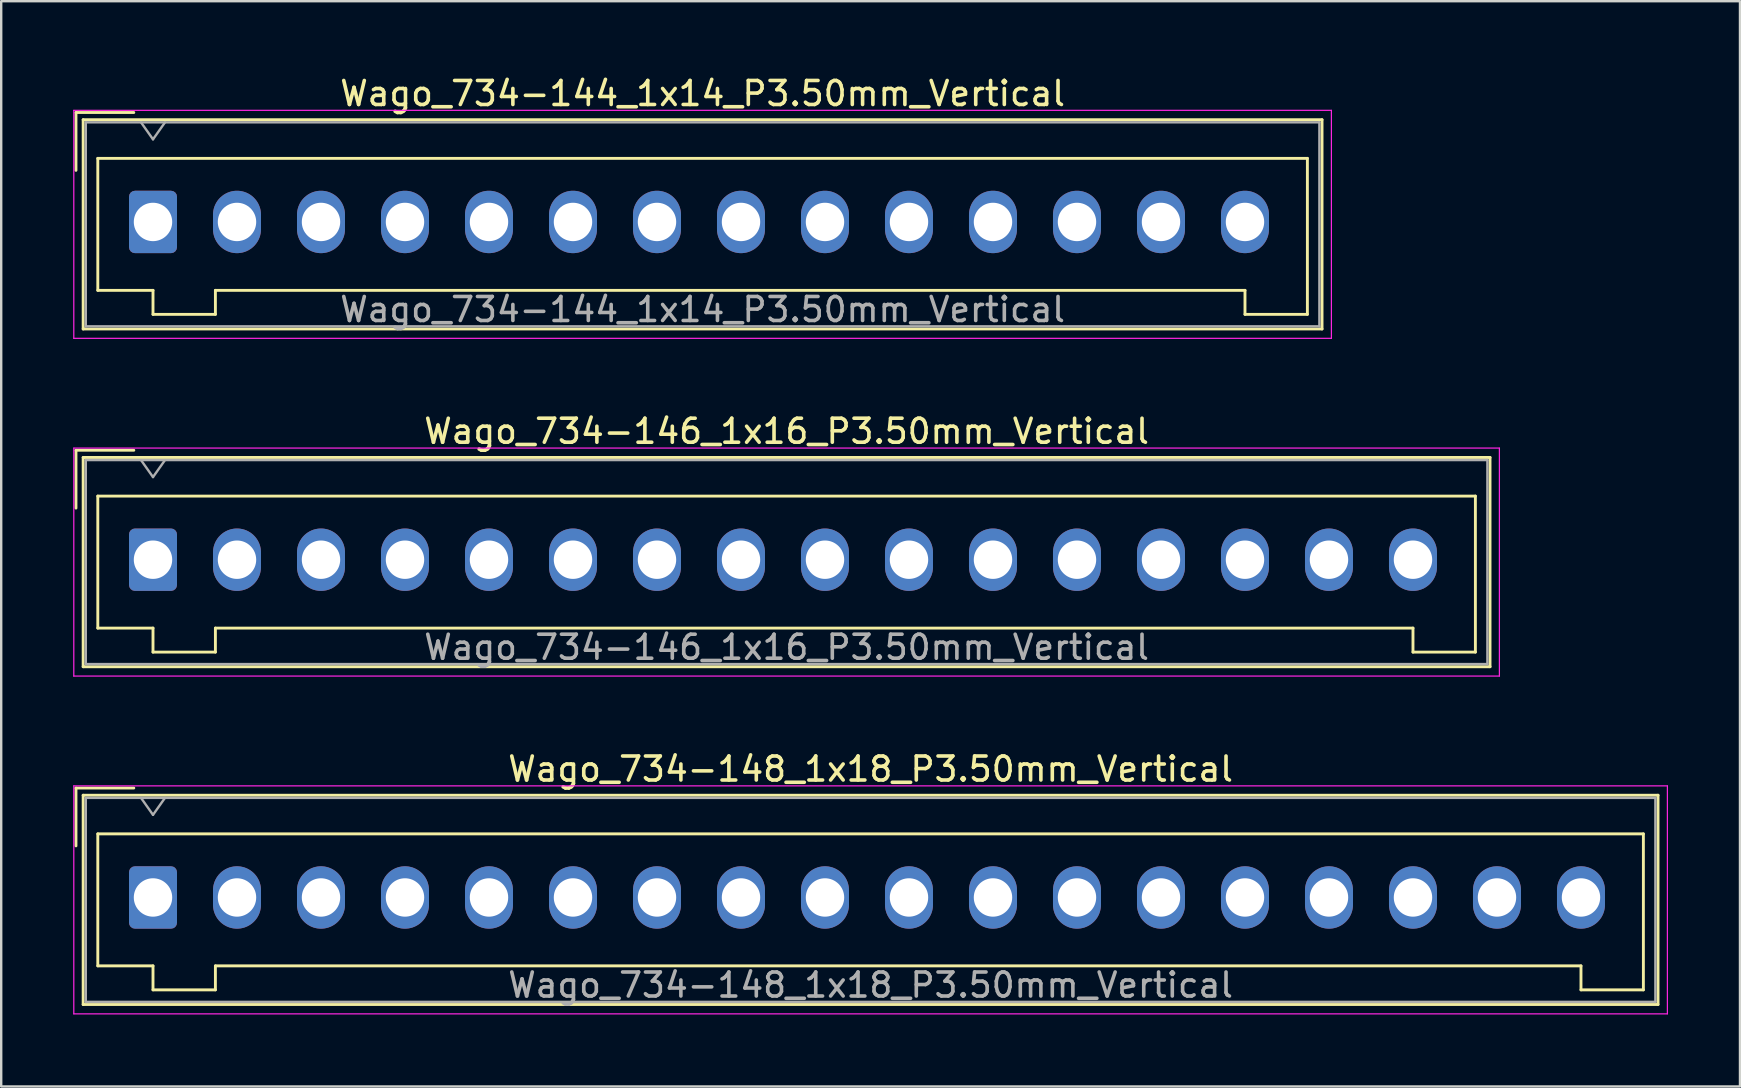
<source format=kicad_pcb>
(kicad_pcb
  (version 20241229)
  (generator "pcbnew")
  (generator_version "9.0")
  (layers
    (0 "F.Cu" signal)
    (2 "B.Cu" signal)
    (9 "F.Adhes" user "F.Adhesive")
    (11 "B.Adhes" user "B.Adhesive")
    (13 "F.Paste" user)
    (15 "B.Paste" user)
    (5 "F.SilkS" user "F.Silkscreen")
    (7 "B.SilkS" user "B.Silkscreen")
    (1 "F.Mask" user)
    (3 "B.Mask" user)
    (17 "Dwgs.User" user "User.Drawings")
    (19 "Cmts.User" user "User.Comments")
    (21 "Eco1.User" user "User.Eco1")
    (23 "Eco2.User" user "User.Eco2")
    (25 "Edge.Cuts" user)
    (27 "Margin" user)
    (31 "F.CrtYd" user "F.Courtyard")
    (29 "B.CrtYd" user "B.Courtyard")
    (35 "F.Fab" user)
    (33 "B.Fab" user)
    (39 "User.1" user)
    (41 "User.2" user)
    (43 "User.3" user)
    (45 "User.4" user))
  (footprint "Wago_734-148_1x18_P3.50mm_Vertical"
    (layer "F.Cu")
    (at 3.325 34.345)
    (property "Reference" "Wago_734-148_1x18_P3.50mm_Vertical" (at 29.9 -5.35 0) (layer "F.SilkS") (effects (font (size 1 1) (thickness 0.15))))
    (attr through_hole)
    (fp_line (start -3.21 -4.56) (end -0.8 -4.56) (stroke (width 0.12) (type solid)) (layer "F.SilkS"))
    (fp_line (start -3.21 -2.15) (end -3.21 -4.56) (stroke (width 0.12) (type solid)) (layer "F.SilkS"))
    (fp_line (start -2.91 -4.26) (end -2.91 4.46) (stroke (width 0.12) (type solid)) (layer "F.SilkS"))
    (fp_line (start -2.91 4.46) (end 62.71 4.46) (stroke (width 0.12) (type solid)) (layer "F.SilkS"))
    (fp_line (start -2.3 -2.65) (end -2.3 2.85) (stroke (width 0.12) (type solid)) (layer "F.SilkS"))
    (fp_line (start -2.3 2.85) (end 0 2.85) (stroke (width 0.12) (type solid)) (layer "F.SilkS"))
    (fp_line (start 0 2.85) (end 0 3.85) (stroke (width 0.12) (type solid)) (layer "F.SilkS"))
    (fp_line (start 0 3.85) (end 2.6 3.85) (stroke (width 0.12) (type solid)) (layer "F.SilkS"))
    (fp_line (start 2.6 2.85) (end 59.5 2.85) (stroke (width 0.12) (type solid)) (layer "F.SilkS"))
    (fp_line (start 2.6 3.85) (end 2.6 2.85) (stroke (width 0.12) (type solid)) (layer "F.SilkS"))
    (fp_line (start 59.5 2.85) (end 59.5 3.85) (stroke (width 0.12) (type solid)) (layer "F.SilkS"))
    (fp_line (start 59.5 3.85) (end 62.1 3.85) (stroke (width 0.12) (type solid)) (layer "F.SilkS"))
    (fp_line (start 62.1 -2.65) (end -2.3 -2.65) (stroke (width 0.12) (type solid)) (layer "F.SilkS"))
    (fp_line (start 62.1 3.85) (end 62.1 -2.65) (stroke (width 0.12) (type solid)) (layer "F.SilkS"))
    (fp_line (start 62.71 -4.26) (end -2.91 -4.26) (stroke (width 0.12) (type solid)) (layer "F.SilkS"))
    (fp_line (start 62.71 4.46) (end 62.71 -4.26) (stroke (width 0.12) (type solid)) (layer "F.SilkS"))
    (fp_line (start -3.3 -4.65) (end -3.3 4.85) (stroke (width 0.05) (type solid)) (layer "F.CrtYd"))
    (fp_line (start -3.3 4.85) (end 63.1 4.85) (stroke (width 0.05) (type solid)) (layer "F.CrtYd"))
    (fp_line (start 63.1 -4.65) (end -3.3 -4.65) (stroke (width 0.05) (type solid)) (layer "F.CrtYd"))
    (fp_line (start 63.1 4.85) (end 63.1 -4.65) (stroke (width 0.05) (type solid)) (layer "F.CrtYd"))
    (fp_line (start -2.8 -4.15) (end -2.8 4.35) (stroke (width 0.1) (type solid)) (layer "F.Fab"))
    (fp_line (start -2.8 4.35) (end 62.6 4.35) (stroke (width 0.1) (type solid)) (layer "F.Fab"))
    (fp_line (start -0.5 -4.15) (end 0 -3.443) (stroke (width 0.1) (type solid)) (layer "F.Fab"))
    (fp_line (start 0 -3.443) (end 0.5 -4.15) (stroke (width 0.1) (type solid)) (layer "F.Fab"))
    (fp_line (start 62.6 -4.15) (end -2.8 -4.15) (stroke (width 0.1) (type solid)) (layer "F.Fab"))
    (fp_line (start 62.6 4.35) (end 62.6 -4.15) (stroke (width 0.1) (type solid)) (layer "F.Fab"))
    (fp_text user "${REFERENCE}" (at 29.9 3.65 0) (layer "F.Fab") (effects (font (size 1 1) (thickness 0.15))))
    (pad "1" thru_hole roundrect (at 0 0) (size 2 2.6) (drill 1.6) (layers "*.Cu" "*.Mask") (roundrect_rratio 0.125))
    (pad "2" thru_hole oval (at 3.5 0) (size 2 2.6) (drill 1.6) (layers "*.Cu" "*.Mask"))
    (pad "3" thru_hole oval (at 7 0) (size 2 2.6) (drill 1.6) (layers "*.Cu" "*.Mask"))
    (pad "4" thru_hole oval (at 10.5 0) (size 2 2.6) (drill 1.6) (layers "*.Cu" "*.Mask"))
    (pad "5" thru_hole oval (at 14 0) (size 2 2.6) (drill 1.6) (layers "*.Cu" "*.Mask"))
    (pad "6" thru_hole oval (at 17.5 0) (size 2 2.6) (drill 1.6) (layers "*.Cu" "*.Mask"))
    (pad "7" thru_hole oval (at 21 0) (size 2 2.6) (drill 1.6) (layers "*.Cu" "*.Mask"))
    (pad "8" thru_hole oval (at 24.5 0) (size 2 2.6) (drill 1.6) (layers "*.Cu" "*.Mask"))
    (pad "9" thru_hole oval (at 28 0) (size 2 2.6) (drill 1.6) (layers "*.Cu" "*.Mask"))
    (pad "10" thru_hole oval (at 31.5 0) (size 2 2.6) (drill 1.6) (layers "*.Cu" "*.Mask"))
    (pad "11" thru_hole oval (at 35 0) (size 2 2.6) (drill 1.6) (layers "*.Cu" "*.Mask"))
    (pad "12" thru_hole oval (at 38.5 0) (size 2 2.6) (drill 1.6) (layers "*.Cu" "*.Mask"))
    (pad "13" thru_hole oval (at 42 0) (size 2 2.6) (drill 1.6) (layers "*.Cu" "*.Mask"))
    (pad "14" thru_hole oval (at 45.5 0) (size 2 2.6) (drill 1.6) (layers "*.Cu" "*.Mask"))
    (pad "15" thru_hole oval (at 49 0) (size 2 2.6) (drill 1.6) (layers "*.Cu" "*.Mask"))
    (pad "16" thru_hole oval (at 52.5 0) (size 2 2.6) (drill 1.6) (layers "*.Cu" "*.Mask"))
    (pad "17" thru_hole oval (at 56 0) (size 2 2.6) (drill 1.6) (layers "*.Cu" "*.Mask"))
    (pad "18" thru_hole oval (at 59.5 0) (size 2 2.6) (drill 1.6) (layers "*.Cu" "*.Mask")))
  (footprint "Wago_734-146_1x16_P3.50mm_Vertical"
    (layer "F.Cu")
    (at 3.325 20.271)
    (property "Reference" "Wago_734-146_1x16_P3.50mm_Vertical" (at 26.4 -5.35 0) (layer "F.SilkS") (effects (font (size 1 1) (thickness 0.15))))
    (attr through_hole)
    (fp_line (start -3.21 -4.56) (end -0.8 -4.56) (stroke (width 0.12) (type solid)) (layer "F.SilkS"))
    (fp_line (start -3.21 -2.15) (end -3.21 -4.56) (stroke (width 0.12) (type solid)) (layer "F.SilkS"))
    (fp_line (start -2.91 -4.26) (end -2.91 4.46) (stroke (width 0.12) (type solid)) (layer "F.SilkS"))
    (fp_line (start -2.91 4.46) (end 55.71 4.46) (stroke (width 0.12) (type solid)) (layer "F.SilkS"))
    (fp_line (start -2.3 -2.65) (end -2.3 2.85) (stroke (width 0.12) (type solid)) (layer "F.SilkS"))
    (fp_line (start -2.3 2.85) (end 0 2.85) (stroke (width 0.12) (type solid)) (layer "F.SilkS"))
    (fp_line (start 0 2.85) (end 0 3.85) (stroke (width 0.12) (type solid)) (layer "F.SilkS"))
    (fp_line (start 0 3.85) (end 2.6 3.85) (stroke (width 0.12) (type solid)) (layer "F.SilkS"))
    (fp_line (start 2.6 2.85) (end 52.5 2.85) (stroke (width 0.12) (type solid)) (layer "F.SilkS"))
    (fp_line (start 2.6 3.85) (end 2.6 2.85) (stroke (width 0.12) (type solid)) (layer "F.SilkS"))
    (fp_line (start 52.5 2.85) (end 52.5 3.85) (stroke (width 0.12) (type solid)) (layer "F.SilkS"))
    (fp_line (start 52.5 3.85) (end 55.1 3.85) (stroke (width 0.12) (type solid)) (layer "F.SilkS"))
    (fp_line (start 55.1 -2.65) (end -2.3 -2.65) (stroke (width 0.12) (type solid)) (layer "F.SilkS"))
    (fp_line (start 55.1 3.85) (end 55.1 -2.65) (stroke (width 0.12) (type solid)) (layer "F.SilkS"))
    (fp_line (start 55.71 -4.26) (end -2.91 -4.26) (stroke (width 0.12) (type solid)) (layer "F.SilkS"))
    (fp_line (start 55.71 4.46) (end 55.71 -4.26) (stroke (width 0.12) (type solid)) (layer "F.SilkS"))
    (fp_line (start -3.3 -4.65) (end -3.3 4.85) (stroke (width 0.05) (type solid)) (layer "F.CrtYd"))
    (fp_line (start -3.3 4.85) (end 56.1 4.85) (stroke (width 0.05) (type solid)) (layer "F.CrtYd"))
    (fp_line (start 56.1 -4.65) (end -3.3 -4.65) (stroke (width 0.05) (type solid)) (layer "F.CrtYd"))
    (fp_line (start 56.1 4.85) (end 56.1 -4.65) (stroke (width 0.05) (type solid)) (layer "F.CrtYd"))
    (fp_line (start -2.8 -4.15) (end -2.8 4.35) (stroke (width 0.1) (type solid)) (layer "F.Fab"))
    (fp_line (start -2.8 4.35) (end 55.6 4.35) (stroke (width 0.1) (type solid)) (layer "F.Fab"))
    (fp_line (start -0.5 -4.15) (end 0 -3.443) (stroke (width 0.1) (type solid)) (layer "F.Fab"))
    (fp_line (start 0 -3.443) (end 0.5 -4.15) (stroke (width 0.1) (type solid)) (layer "F.Fab"))
    (fp_line (start 55.6 -4.15) (end -2.8 -4.15) (stroke (width 0.1) (type solid)) (layer "F.Fab"))
    (fp_line (start 55.6 4.35) (end 55.6 -4.15) (stroke (width 0.1) (type solid)) (layer "F.Fab"))
    (fp_text user "${REFERENCE}" (at 26.4 3.65 0) (layer "F.Fab") (effects (font (size 1 1) (thickness 0.15))))
    (pad "1" thru_hole roundrect (at 0 0) (size 2 2.6) (drill 1.6) (layers "*.Cu" "*.Mask") (roundrect_rratio 0.125))
    (pad "2" thru_hole oval (at 3.5 0) (size 2 2.6) (drill 1.6) (layers "*.Cu" "*.Mask"))
    (pad "3" thru_hole oval (at 7 0) (size 2 2.6) (drill 1.6) (layers "*.Cu" "*.Mask"))
    (pad "4" thru_hole oval (at 10.5 0) (size 2 2.6) (drill 1.6) (layers "*.Cu" "*.Mask"))
    (pad "5" thru_hole oval (at 14 0) (size 2 2.6) (drill 1.6) (layers "*.Cu" "*.Mask"))
    (pad "6" thru_hole oval (at 17.5 0) (size 2 2.6) (drill 1.6) (layers "*.Cu" "*.Mask"))
    (pad "7" thru_hole oval (at 21 0) (size 2 2.6) (drill 1.6) (layers "*.Cu" "*.Mask"))
    (pad "8" thru_hole oval (at 24.5 0) (size 2 2.6) (drill 1.6) (layers "*.Cu" "*.Mask"))
    (pad "9" thru_hole oval (at 28 0) (size 2 2.6) (drill 1.6) (layers "*.Cu" "*.Mask"))
    (pad "10" thru_hole oval (at 31.5 0) (size 2 2.6) (drill 1.6) (layers "*.Cu" "*.Mask"))
    (pad "11" thru_hole oval (at 35 0) (size 2 2.6) (drill 1.6) (layers "*.Cu" "*.Mask"))
    (pad "12" thru_hole oval (at 38.5 0) (size 2 2.6) (drill 1.6) (layers "*.Cu" "*.Mask"))
    (pad "13" thru_hole oval (at 42 0) (size 2 2.6) (drill 1.6) (layers "*.Cu" "*.Mask"))
    (pad "14" thru_hole oval (at 45.5 0) (size 2 2.6) (drill 1.6) (layers "*.Cu" "*.Mask"))
    (pad "15" thru_hole oval (at 49 0) (size 2 2.6) (drill 1.6) (layers "*.Cu" "*.Mask"))
    (pad "16" thru_hole oval (at 52.5 0) (size 2 2.6) (drill 1.6) (layers "*.Cu" "*.Mask")))
  (footprint "Wago_734-144_1x14_P3.50mm_Vertical"
    (layer "F.Cu")
    (at 3.325 6.198)
    (property "Reference" "Wago_734-144_1x14_P3.50mm_Vertical" (at 22.9 -5.35 0) (layer "F.SilkS") (effects (font (size 1 1) (thickness 0.15))))
    (attr through_hole)
    (fp_line (start -3.21 -4.56) (end -0.8 -4.56) (stroke (width 0.12) (type solid)) (layer "F.SilkS"))
    (fp_line (start -3.21 -2.15) (end -3.21 -4.56) (stroke (width 0.12) (type solid)) (layer "F.SilkS"))
    (fp_line (start -2.91 -4.26) (end -2.91 4.46) (stroke (width 0.12) (type solid)) (layer "F.SilkS"))
    (fp_line (start -2.91 4.46) (end 48.71 4.46) (stroke (width 0.12) (type solid)) (layer "F.SilkS"))
    (fp_line (start -2.3 -2.65) (end -2.3 2.85) (stroke (width 0.12) (type solid)) (layer "F.SilkS"))
    (fp_line (start -2.3 2.85) (end 0 2.85) (stroke (width 0.12) (type solid)) (layer "F.SilkS"))
    (fp_line (start 0 2.85) (end 0 3.85) (stroke (width 0.12) (type solid)) (layer "F.SilkS"))
    (fp_line (start 0 3.85) (end 2.6 3.85) (stroke (width 0.12) (type solid)) (layer "F.SilkS"))
    (fp_line (start 2.6 2.85) (end 45.5 2.85) (stroke (width 0.12) (type solid)) (layer "F.SilkS"))
    (fp_line (start 2.6 3.85) (end 2.6 2.85) (stroke (width 0.12) (type solid)) (layer "F.SilkS"))
    (fp_line (start 45.5 2.85) (end 45.5 3.85) (stroke (width 0.12) (type solid)) (layer "F.SilkS"))
    (fp_line (start 45.5 3.85) (end 48.1 3.85) (stroke (width 0.12) (type solid)) (layer "F.SilkS"))
    (fp_line (start 48.1 -2.65) (end -2.3 -2.65) (stroke (width 0.12) (type solid)) (layer "F.SilkS"))
    (fp_line (start 48.1 3.85) (end 48.1 -2.65) (stroke (width 0.12) (type solid)) (layer "F.SilkS"))
    (fp_line (start 48.71 -4.26) (end -2.91 -4.26) (stroke (width 0.12) (type solid)) (layer "F.SilkS"))
    (fp_line (start 48.71 4.46) (end 48.71 -4.26) (stroke (width 0.12) (type solid)) (layer "F.SilkS"))
    (fp_line (start -3.3 -4.65) (end -3.3 4.85) (stroke (width 0.05) (type solid)) (layer "F.CrtYd"))
    (fp_line (start -3.3 4.85) (end 49.1 4.85) (stroke (width 0.05) (type solid)) (layer "F.CrtYd"))
    (fp_line (start 49.1 -4.65) (end -3.3 -4.65) (stroke (width 0.05) (type solid)) (layer "F.CrtYd"))
    (fp_line (start 49.1 4.85) (end 49.1 -4.65) (stroke (width 0.05) (type solid)) (layer "F.CrtYd"))
    (fp_line (start -2.8 -4.15) (end -2.8 4.35) (stroke (width 0.1) (type solid)) (layer "F.Fab"))
    (fp_line (start -2.8 4.35) (end 48.6 4.35) (stroke (width 0.1) (type solid)) (layer "F.Fab"))
    (fp_line (start -0.5 -4.15) (end 0 -3.443) (stroke (width 0.1) (type solid)) (layer "F.Fab"))
    (fp_line (start 0 -3.443) (end 0.5 -4.15) (stroke (width 0.1) (type solid)) (layer "F.Fab"))
    (fp_line (start 48.6 -4.15) (end -2.8 -4.15) (stroke (width 0.1) (type solid)) (layer "F.Fab"))
    (fp_line (start 48.6 4.35) (end 48.6 -4.15) (stroke (width 0.1) (type solid)) (layer "F.Fab"))
    (fp_text user "${REFERENCE}" (at 22.9 3.65 0) (layer "F.Fab") (effects (font (size 1 1) (thickness 0.15))))
    (pad "1" thru_hole roundrect (at 0 0) (size 2 2.6) (drill 1.6) (layers "*.Cu" "*.Mask") (roundrect_rratio 0.125))
    (pad "2" thru_hole oval (at 3.5 0) (size 2 2.6) (drill 1.6) (layers "*.Cu" "*.Mask"))
    (pad "3" thru_hole oval (at 7 0) (size 2 2.6) (drill 1.6) (layers "*.Cu" "*.Mask"))
    (pad "4" thru_hole oval (at 10.5 0) (size 2 2.6) (drill 1.6) (layers "*.Cu" "*.Mask"))
    (pad "5" thru_hole oval (at 14 0) (size 2 2.6) (drill 1.6) (layers "*.Cu" "*.Mask"))
    (pad "6" thru_hole oval (at 17.5 0) (size 2 2.6) (drill 1.6) (layers "*.Cu" "*.Mask"))
    (pad "7" thru_hole oval (at 21 0) (size 2 2.6) (drill 1.6) (layers "*.Cu" "*.Mask"))
    (pad "8" thru_hole oval (at 24.5 0) (size 2 2.6) (drill 1.6) (layers "*.Cu" "*.Mask"))
    (pad "9" thru_hole oval (at 28 0) (size 2 2.6) (drill 1.6) (layers "*.Cu" "*.Mask"))
    (pad "10" thru_hole oval (at 31.5 0) (size 2 2.6) (drill 1.6) (layers "*.Cu" "*.Mask"))
    (pad "11" thru_hole oval (at 35 0) (size 2 2.6) (drill 1.6) (layers "*.Cu" "*.Mask"))
    (pad "12" thru_hole oval (at 38.5 0) (size 2 2.6) (drill 1.6) (layers "*.Cu" "*.Mask"))
    (pad "13" thru_hole oval (at 42 0) (size 2 2.6) (drill 1.6) (layers "*.Cu" "*.Mask"))
    (pad "14" thru_hole oval (at 45.5 0) (size 2 2.6) (drill 1.6) (layers "*.Cu" "*.Mask")))
  (gr_rect
    (start -3 -3)
    (end 69.45 42.22)
    (stroke (width 0.1) (type default))
    (fill no)
    (layer "Edge.Cuts")))
</source>
